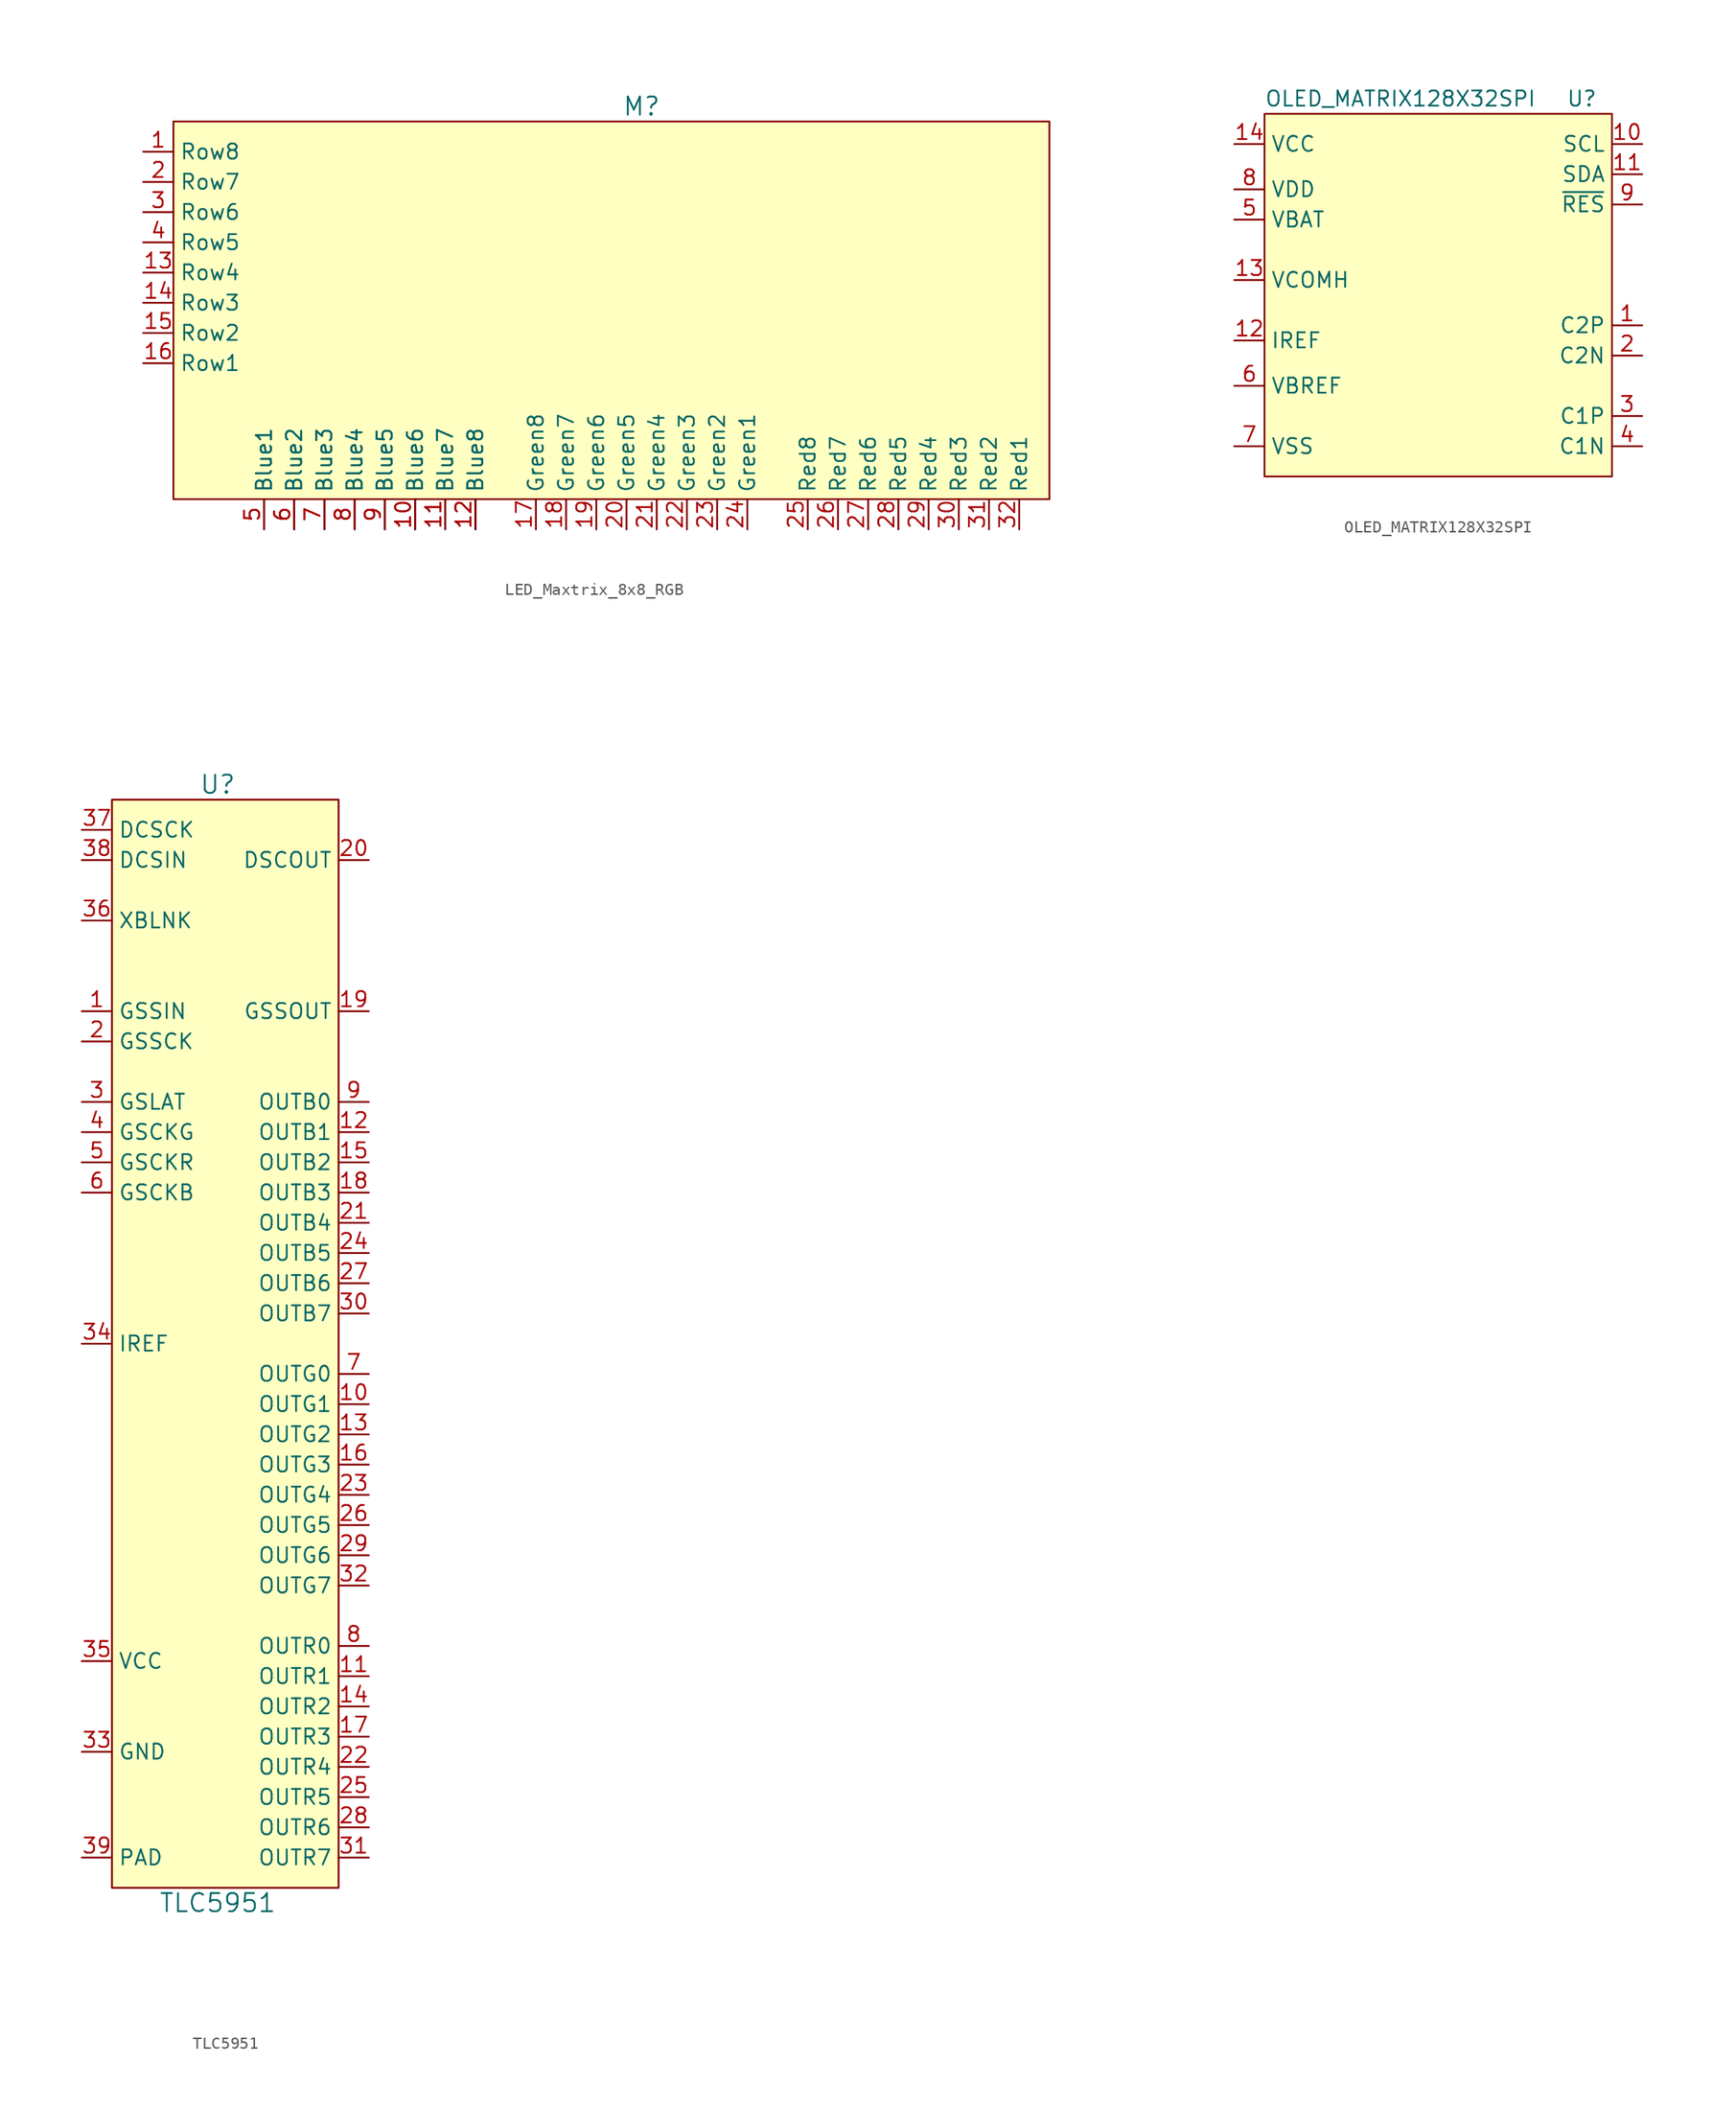
<source format=kicad_sym>
(kicad_symbol_lib
  (version 20201005)
  (generator kicad_symbol_editor)
  (symbol "megaxone_display:LED_Maxtrix_8x8_RGB"
    (property "Reference" "M"
      (at 0 24.13 0)
      (effects (font (size 1.524 1.524))))
    (symbol "LED_Maxtrix_8x8_RGB_0_1"
      (rectangle (start -39.37 22.86) (end 34.29 -8.89) (stroke (width 0)) (fill (type background))))
    (symbol "LED_Maxtrix_8x8_RGB_1_1"
      (pin power_in line (at -41.91 20.32 0) (length 2.54) (name "Row8" (effects (font (size 1.27 1.27)))) (number "1" (effects (font (size 1.27 1.27)))))
      (pin power_out line (at -19.05 -11.43 90) (length 2.54) (name "Blue6" (effects (font (size 1.27 1.27)))) (number "10" (effects (font (size 1.27 1.27)))))
      (pin power_out line (at -19.05 -11.43 90) (length 2.54) (name "Blue6" (effects (font (size 1.27 1.27)))) (number "10" (effects (font (size 1.27 1.27)))))
      (pin power_out line (at -16.51 -11.43 90) (length 2.54) (name "Blue7" (effects (font (size 1.27 1.27)))) (number "11" (effects (font (size 1.27 1.27)))))
      (pin power_out line (at -16.51 -11.43 90) (length 2.54) (name "Blue7" (effects (font (size 1.27 1.27)))) (number "11" (effects (font (size 1.27 1.27)))))
      (pin power_out line (at -13.97 -11.43 90) (length 2.54) (name "Blue8" (effects (font (size 1.27 1.27)))) (number "12" (effects (font (size 1.27 1.27)))))
      (pin power_out line (at -13.97 -11.43 90) (length 2.54) (name "Blue8" (effects (font (size 1.27 1.27)))) (number "12" (effects (font (size 1.27 1.27)))))
      (pin power_in line (at -41.91 10.16 0) (length 2.54) (name "Row4" (effects (font (size 1.27 1.27)))) (number "13" (effects (font (size 1.27 1.27)))))
      (pin power_in line (at -41.91 7.62 0) (length 2.54) (name "Row3" (effects (font (size 1.27 1.27)))) (number "14" (effects (font (size 1.27 1.27)))))
      (pin power_in line (at -41.91 5.08 0) (length 2.54) (name "Row2" (effects (font (size 1.27 1.27)))) (number "15" (effects (font (size 1.27 1.27)))))
      (pin power_in line (at -41.91 2.54 0) (length 2.54) (name "Row1" (effects (font (size 1.27 1.27)))) (number "16" (effects (font (size 1.27 1.27)))))
      (pin power_out line (at -8.89 -11.43 90) (length 2.54) (name "Green8" (effects (font (size 1.27 1.27)))) (number "17" (effects (font (size 1.27 1.27)))))
      (pin power_out line (at -6.35 -11.43 90) (length 2.54) (name "Green7" (effects (font (size 1.27 1.27)))) (number "18" (effects (font (size 1.27 1.27)))))
      (pin power_out line (at -3.81 -11.43 90) (length 2.54) (name "Green6" (effects (font (size 1.27 1.27)))) (number "19" (effects (font (size 1.27 1.27)))))
      (pin power_in line (at -41.91 17.78 0) (length 2.54) (name "Row7" (effects (font (size 1.27 1.27)))) (number "2" (effects (font (size 1.27 1.27)))))
      (pin power_out line (at -1.27 -11.43 90) (length 2.54) (name "Green5" (effects (font (size 1.27 1.27)))) (number "20" (effects (font (size 1.27 1.27)))))
      (pin power_out line (at 1.27 -11.43 90) (length 2.54) (name "Green4" (effects (font (size 1.27 1.27)))) (number "21" (effects (font (size 1.27 1.27)))))
      (pin power_out line (at 3.81 -11.43 90) (length 2.54) (name "Green3" (effects (font (size 1.27 1.27)))) (number "22" (effects (font (size 1.27 1.27)))))
      (pin power_out line (at 6.35 -11.43 90) (length 2.54) (name "Green2" (effects (font (size 1.27 1.27)))) (number "23" (effects (font (size 1.27 1.27)))))
      (pin power_out line (at 8.89 -11.43 90) (length 2.54) (name "Green1" (effects (font (size 1.27 1.27)))) (number "24" (effects (font (size 1.27 1.27)))))
      (pin power_out line (at 13.97 -11.43 90) (length 2.54) (name "Red8" (effects (font (size 1.27 1.27)))) (number "25" (effects (font (size 1.27 1.27)))))
      (pin power_out line (at 16.51 -11.43 90) (length 2.54) (name "Red7" (effects (font (size 1.27 1.27)))) (number "26" (effects (font (size 1.27 1.27)))))
      (pin power_out line (at 19.05 -11.43 90) (length 2.54) (name "Red6" (effects (font (size 1.27 1.27)))) (number "27" (effects (font (size 1.27 1.27)))))
      (pin power_out line (at 21.59 -11.43 90) (length 2.54) (name "Red5" (effects (font (size 1.27 1.27)))) (number "28" (effects (font (size 1.27 1.27)))))
      (pin power_out line (at 24.13 -11.43 90) (length 2.54) (name "Red4" (effects (font (size 1.27 1.27)))) (number "29" (effects (font (size 1.27 1.27)))))
      (pin power_in line (at -41.91 15.24 0) (length 2.54) (name "Row6" (effects (font (size 1.27 1.27)))) (number "3" (effects (font (size 1.27 1.27)))))
      (pin power_out line (at 26.67 -11.43 90) (length 2.54) (name "Red3" (effects (font (size 1.27 1.27)))) (number "30" (effects (font (size 1.27 1.27)))))
      (pin power_out line (at 29.21 -11.43 90) (length 2.54) (name "Red2" (effects (font (size 1.27 1.27)))) (number "31" (effects (font (size 1.27 1.27)))))
      (pin power_out line (at 31.75 -11.43 90) (length 2.54) (name "Red1" (effects (font (size 1.27 1.27)))) (number "32" (effects (font (size 1.27 1.27)))))
      (pin power_in line (at -41.91 12.7 0) (length 2.54) (name "Row5" (effects (font (size 1.27 1.27)))) (number "4" (effects (font (size 1.27 1.27)))))
      (pin power_out line (at -31.75 -11.43 90) (length 2.54) (name "Blue1" (effects (font (size 1.27 1.27)))) (number "5" (effects (font (size 1.27 1.27)))))
      (pin power_out line (at -31.75 -11.43 90) (length 2.54) (name "Blue1" (effects (font (size 1.27 1.27)))) (number "5" (effects (font (size 1.27 1.27)))))
      (pin power_out line (at -29.21 -11.43 90) (length 2.54) (name "Blue2" (effects (font (size 1.27 1.27)))) (number "6" (effects (font (size 1.27 1.27)))))
      (pin power_out line (at -29.21 -11.43 90) (length 2.54) (name "Blue2" (effects (font (size 1.27 1.27)))) (number "6" (effects (font (size 1.27 1.27)))))
      (pin power_out line (at -26.67 -11.43 90) (length 2.54) (name "Blue3" (effects (font (size 1.27 1.27)))) (number "7" (effects (font (size 1.27 1.27)))))
      (pin power_out line (at -26.67 -11.43 90) (length 2.54) (name "Blue3" (effects (font (size 1.27 1.27)))) (number "7" (effects (font (size 1.27 1.27)))))
      (pin power_out line (at -24.13 -11.43 90) (length 2.54) (name "Blue4" (effects (font (size 1.27 1.27)))) (number "8" (effects (font (size 1.27 1.27)))))
      (pin power_out line (at -24.13 -11.43 90) (length 2.54) (name "Blue4" (effects (font (size 1.27 1.27)))) (number "8" (effects (font (size 1.27 1.27)))))
      (pin power_out line (at -21.59 -11.43 90) (length 2.54) (name "Blue5" (effects (font (size 1.27 1.27)))) (number "9" (effects (font (size 1.27 1.27)))))
      (pin power_out line (at -21.59 -11.43 90) (length 2.54) (name "Blue5" (effects (font (size 1.27 1.27)))) (number "9" (effects (font (size 1.27 1.27)))))))
  (symbol "megaxone_display:OLED_MATRIX128X32SPI"
    (property "Reference" "U"
      (at 11.43 15.24 0)
      (effects (font (size 1.27 1.27))))
    (property "Value" "OLED_MATRIX128X32SPI"
      (at -3.81 15.24 0)
      (effects (font (size 1.27 1.27))))
    (symbol "OLED_MATRIX128X32SPI_0_1"
      (rectangle (start -15.24 13.97) (end 13.97 -16.51) (stroke (width 0)) (fill (type background))))
    (symbol "OLED_MATRIX128X32SPI_1_1"
      (pin bidirectional line (at 16.51 -3.81 180) (length 2.54) (name "C2P" (effects (font (size 1.27 1.27)))) (number "1" (effects (font (size 1.27 1.27)))))
      (pin input line (at 16.51 11.43 180) (length 2.54) (name "SCL" (effects (font (size 1.27 1.27)))) (number "10" (effects (font (size 1.27 1.27)))))
      (pin bidirectional line (at 16.51 8.89 180) (length 2.54) (name "SDA" (effects (font (size 1.27 1.27)))) (number "11" (effects (font (size 1.27 1.27)))))
      (pin passive line (at -17.78 -5.08 0) (length 2.54) (name "IREF" (effects (font (size 1.27 1.27)))) (number "12" (effects (font (size 1.27 1.27)))))
      (pin power_in line (at -17.78 0 0) (length 2.54) (name "VCOMH" (effects (font (size 1.27 1.27)))) (number "13" (effects (font (size 1.27 1.27)))))
      (pin power_in line (at -17.78 11.43 0) (length 2.54) (name "VCC" (effects (font (size 1.27 1.27)))) (number "14" (effects (font (size 1.27 1.27)))))
      (pin bidirectional line (at 16.51 -6.35 180) (length 2.54) (name "C2N" (effects (font (size 1.27 1.27)))) (number "2" (effects (font (size 1.27 1.27)))))
      (pin bidirectional line (at 16.51 -11.43 180) (length 2.54) (name "C1P" (effects (font (size 1.27 1.27)))) (number "3" (effects (font (size 1.27 1.27)))))
      (pin bidirectional line (at 16.51 -13.97 180) (length 2.54) (name "C1N" (effects (font (size 1.27 1.27)))) (number "4" (effects (font (size 1.27 1.27)))))
      (pin power_in line (at -17.78 5.08 0) (length 2.54) (name "VBAT" (effects (font (size 1.27 1.27)))) (number "5" (effects (font (size 1.27 1.27)))))
      (pin power_in line (at -17.78 -8.89 0) (length 2.54) (name "VBREF" (effects (font (size 1.27 1.27)))) (number "6" (effects (font (size 1.27 1.27)))))
      (pin power_in line (at -17.78 -13.97 0) (length 2.54) (name "VSS" (effects (font (size 1.27 1.27)))) (number "7" (effects (font (size 1.27 1.27)))))
      (pin power_in line (at -17.78 7.62 0) (length 2.54) (name "VDD" (effects (font (size 1.27 1.27)))) (number "8" (effects (font (size 1.27 1.27)))))
      (pin input line (at 16.51 6.35 180) (length 2.54) (name "~RES" (effects (font (size 1.27 1.27)))) (number "9" (effects (font (size 1.27 1.27)))))))
  (symbol "megaxone_display:TLC5951"
    (property "Reference" "U"
      (at 0 49.53 0)
      (effects (font (size 1.524 1.524))))
    (property "Value" "TLC5951"
      (at 0 -44.45 0)
      (effects (font (size 1.524 1.524))))
    (symbol "TLC5951_0_1"
      (rectangle (start -8.89 48.26) (end 10.16 -43.18) (stroke (width 0)) (fill (type background))))
    (symbol "TLC5951_1_1"
      (pin input line (at -11.43 30.48 0) (length 2.54) (name "GSSIN" (effects (font (size 1.27 1.27)))) (number "1" (effects (font (size 1.27 1.27)))))
      (pin output line (at 12.7 -2.54 180) (length 2.54) (name "OUTG1" (effects (font (size 1.27 1.27)))) (number "10" (effects (font (size 1.27 1.27)))))
      (pin output line (at 12.7 -25.4 180) (length 2.54) (name "OUTR1" (effects (font (size 1.27 1.27)))) (number "11" (effects (font (size 1.27 1.27)))))
      (pin output line (at 12.7 20.32 180) (length 2.54) (name "OUTB1" (effects (font (size 1.27 1.27)))) (number "12" (effects (font (size 1.27 1.27)))))
      (pin output line (at 12.7 -5.08 180) (length 2.54) (name "OUTG2" (effects (font (size 1.27 1.27)))) (number "13" (effects (font (size 1.27 1.27)))))
      (pin output line (at 12.7 -27.94 180) (length 2.54) (name "OUTR2" (effects (font (size 1.27 1.27)))) (number "14" (effects (font (size 1.27 1.27)))))
      (pin output line (at 12.7 17.78 180) (length 2.54) (name "OUTB2" (effects (font (size 1.27 1.27)))) (number "15" (effects (font (size 1.27 1.27)))))
      (pin output line (at 12.7 -7.62 180) (length 2.54) (name "OUTG3" (effects (font (size 1.27 1.27)))) (number "16" (effects (font (size 1.27 1.27)))))
      (pin output line (at 12.7 -30.48 180) (length 2.54) (name "OUTR3" (effects (font (size 1.27 1.27)))) (number "17" (effects (font (size 1.27 1.27)))))
      (pin output line (at 12.7 15.24 180) (length 2.54) (name "OUTB3" (effects (font (size 1.27 1.27)))) (number "18" (effects (font (size 1.27 1.27)))))
      (pin output line (at 12.7 30.48 180) (length 2.54) (name "GSSOUT" (effects (font (size 1.27 1.27)))) (number "19" (effects (font (size 1.27 1.27)))))
      (pin input line (at -11.43 27.94 0) (length 2.54) (name "GSSCK" (effects (font (size 1.27 1.27)))) (number "2" (effects (font (size 1.27 1.27)))))
      (pin output line (at 12.7 43.18 180) (length 2.54) (name "DSCOUT" (effects (font (size 1.27 1.27)))) (number "20" (effects (font (size 1.27 1.27)))))
      (pin output line (at 12.7 12.7 180) (length 2.54) (name "OUTB4" (effects (font (size 1.27 1.27)))) (number "21" (effects (font (size 1.27 1.27)))))
      (pin output line (at 12.7 -33.02 180) (length 2.54) (name "OUTR4" (effects (font (size 1.27 1.27)))) (number "22" (effects (font (size 1.27 1.27)))))
      (pin output line (at 12.7 -10.16 180) (length 2.54) (name "OUTG4" (effects (font (size 1.27 1.27)))) (number "23" (effects (font (size 1.27 1.27)))))
      (pin output line (at 12.7 10.16 180) (length 2.54) (name "OUTB5" (effects (font (size 1.27 1.27)))) (number "24" (effects (font (size 1.27 1.27)))))
      (pin output line (at 12.7 -35.56 180) (length 2.54) (name "OUTR5" (effects (font (size 1.27 1.27)))) (number "25" (effects (font (size 1.27 1.27)))))
      (pin output line (at 12.7 -12.7 180) (length 2.54) (name "OUTG5" (effects (font (size 1.27 1.27)))) (number "26" (effects (font (size 1.27 1.27)))))
      (pin output line (at 12.7 7.62 180) (length 2.54) (name "OUTB6" (effects (font (size 1.27 1.27)))) (number "27" (effects (font (size 1.27 1.27)))))
      (pin output line (at 12.7 -38.1 180) (length 2.54) (name "OUTR6" (effects (font (size 1.27 1.27)))) (number "28" (effects (font (size 1.27 1.27)))))
      (pin output line (at 12.7 -15.24 180) (length 2.54) (name "OUTG6" (effects (font (size 1.27 1.27)))) (number "29" (effects (font (size 1.27 1.27)))))
      (pin input line (at -11.43 22.86 0) (length 2.54) (name "GSLAT" (effects (font (size 1.27 1.27)))) (number "3" (effects (font (size 1.27 1.27)))))
      (pin output line (at 12.7 5.08 180) (length 2.54) (name "OUTB7" (effects (font (size 1.27 1.27)))) (number "30" (effects (font (size 1.27 1.27)))))
      (pin output line (at 12.7 -40.64 180) (length 2.54) (name "OUTR7" (effects (font (size 1.27 1.27)))) (number "31" (effects (font (size 1.27 1.27)))))
      (pin output line (at 12.7 -17.78 180) (length 2.54) (name "OUTG7" (effects (font (size 1.27 1.27)))) (number "32" (effects (font (size 1.27 1.27)))))
      (pin power_in line (at -11.43 -31.75 0) (length 2.54) (name "GND" (effects (font (size 1.27 1.27)))) (number "33" (effects (font (size 1.27 1.27)))))
      (pin passive line (at -11.43 2.54 0) (length 2.54) (name "IREF" (effects (font (size 1.27 1.27)))) (number "34" (effects (font (size 1.27 1.27)))))
      (pin power_in line (at -11.43 -24.13 0) (length 2.54) (name "VCC" (effects (font (size 1.27 1.27)))) (number "35" (effects (font (size 1.27 1.27)))))
      (pin input line (at -11.43 38.1 0) (length 2.54) (name "XBLNK" (effects (font (size 1.27 1.27)))) (number "36" (effects (font (size 1.27 1.27)))))
      (pin input line (at -11.43 45.72 0) (length 2.54) (name "DCSCK" (effects (font (size 1.27 1.27)))) (number "37" (effects (font (size 1.27 1.27)))))
      (pin input line (at -11.43 43.18 0) (length 2.54) (name "DCSIN" (effects (font (size 1.27 1.27)))) (number "38" (effects (font (size 1.27 1.27)))))
      (pin passive line (at -11.43 -40.64 0) (length 2.54) (name "PAD" (effects (font (size 1.27 1.27)))) (number "39" (effects (font (size 1.27 1.27)))))
      (pin input line (at -11.43 20.32 0) (length 2.54) (name "GSCKG" (effects (font (size 1.27 1.27)))) (number "4" (effects (font (size 1.27 1.27)))))
      (pin input line (at -11.43 17.78 0) (length 2.54) (name "GSCKR" (effects (font (size 1.27 1.27)))) (number "5" (effects (font (size 1.27 1.27)))))
      (pin input line (at -11.43 15.24 0) (length 2.54) (name "GSCKB" (effects (font (size 1.27 1.27)))) (number "6" (effects (font (size 1.27 1.27)))))
      (pin output line (at 12.7 0 180) (length 2.54) (name "OUTG0" (effects (font (size 1.27 1.27)))) (number "7" (effects (font (size 1.27 1.27)))))
      (pin output line (at 12.7 -22.86 180) (length 2.54) (name "OUTR0" (effects (font (size 1.27 1.27)))) (number "8" (effects (font (size 1.27 1.27)))))
      (pin output line (at 12.7 22.86 180) (length 2.54) (name "OUTB0" (effects (font (size 1.27 1.27)))) (number "9" (effects (font (size 1.27 1.27))))))))
</source>
